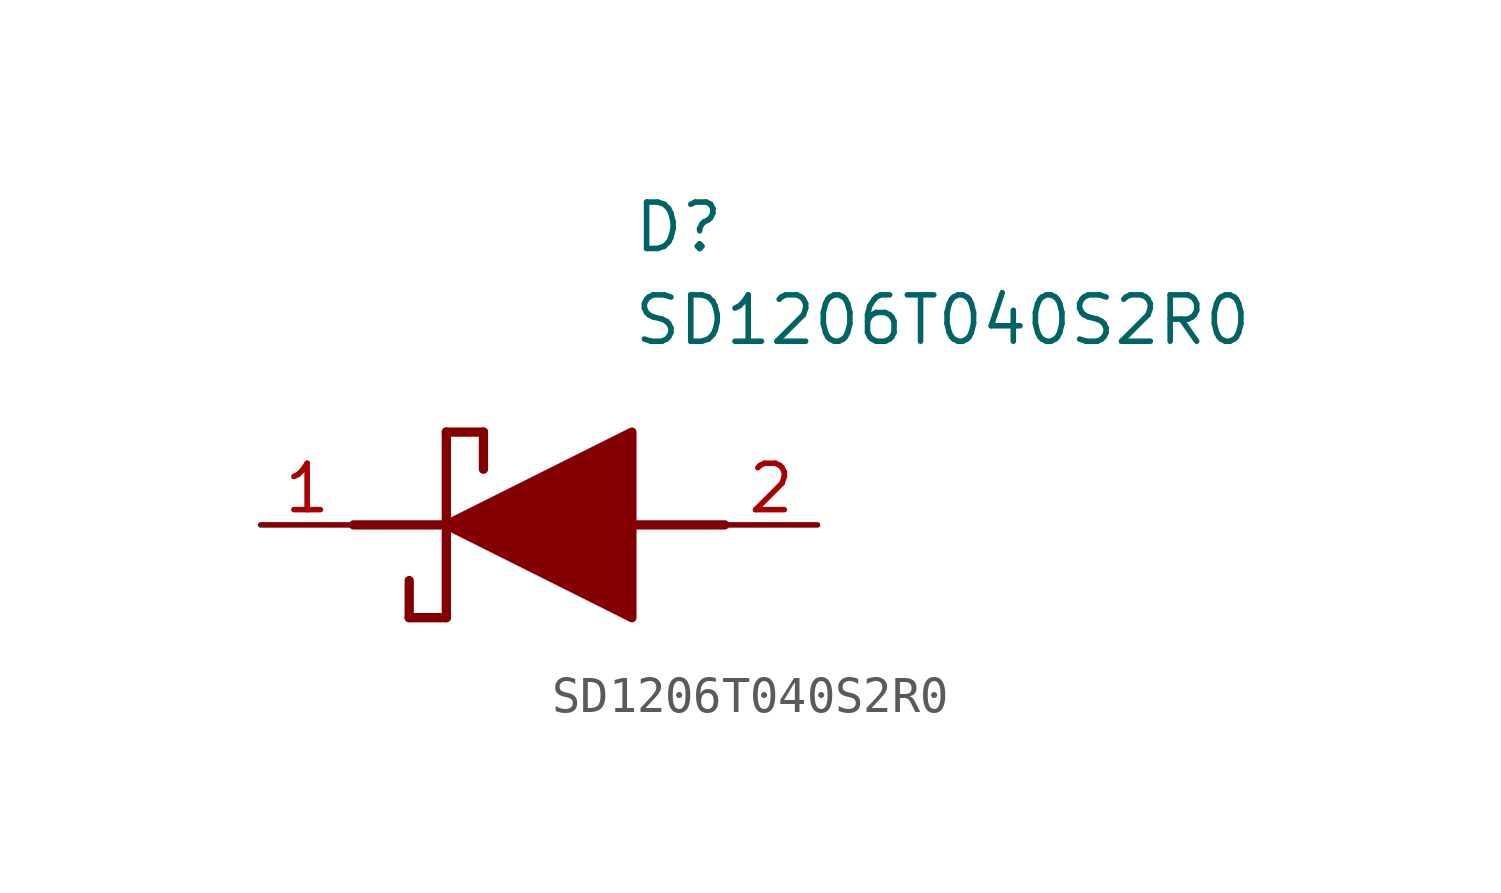
<source format=kicad_sym>
(kicad_symbol_lib
  (version 20211014)
  (generator SamacSys_ECAD_Model)
  (symbol "SD1206T040S2R0"
    (pin_names hide)
    (property "Reference" "D"
      (at 12.7 8.89 0)
      (effects (font (size 1.27 1.27)) (justify left top)))
    (property "Value" "SD1206T040S2R0"
      (at 12.7 6.35 0)
      (effects (font (size 1.27 1.27)) (justify left top)))
    (polyline
      (pts (xy 7.62 2.54) (xy 7.62 -2.54))
      (stroke (width 0.254) (type default))
      (fill (type none)))
    (polyline
      (pts (xy 7.62 2.54) (xy 8.636 2.54))
      (stroke (width 0.254) (type default))
      (fill (type none)))
    (polyline
      (pts (xy 8.636 1.524) (xy 8.636 2.54))
      (stroke (width 0.254) (type default))
      (fill (type none)))
    (polyline
      (pts (xy 7.62 -2.54) (xy 6.604 -2.54))
      (stroke (width 0.254) (type default))
      (fill (type none)))
    (polyline
      (pts (xy 6.604 -1.524) (xy 6.604 -2.54))
      (stroke (width 0.254) (type default))
      (fill (type none)))
    (polyline
      (pts (xy 5.08 0) (xy 7.62 0))
      (stroke (width 0.254) (type default))
      (fill (type none)))
    (polyline
      (pts (xy 12.7 0) (xy 15.24 0))
      (stroke (width 0.254) (type default))
      (fill (type none)))
    (polyline
      (pts (xy 7.62 0) (xy 12.7 2.54) (xy 12.7 -2.54) (xy 7.62 0))
      (stroke (width 0.254) (type default))
      (fill (type outline)))
    (pin passive line
      (at 2.54 0 0)
      (length 2.54)
      (name "K" (effects (font (size 1.27 1.27))))
      (number "1" (effects (font (size 1.27 1.27)))))
    (pin passive line
      (at 17.78 0 180)
      (length 2.54)
      (name "A" (effects (font (size 1.27 1.27))))
      (number "2" (effects (font (size 1.27 1.27)))))))
</source>
